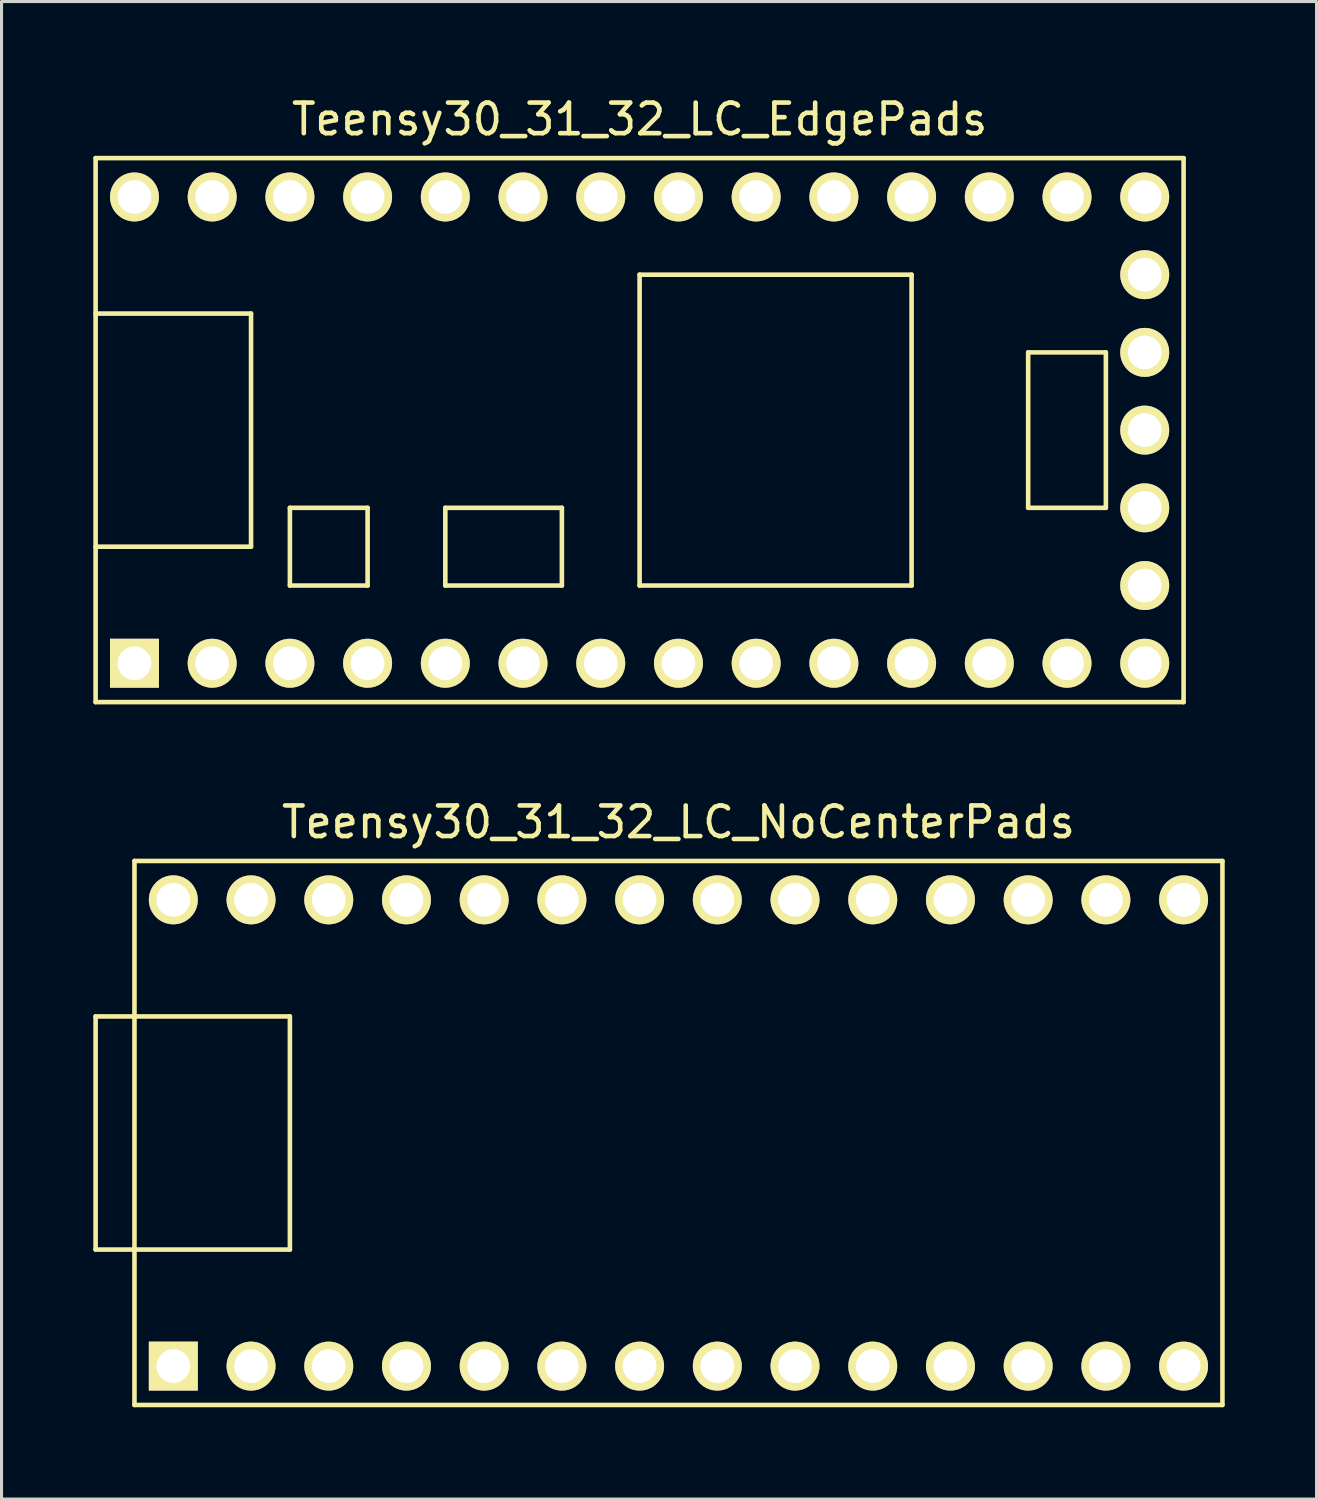
<source format=kicad_pcb>
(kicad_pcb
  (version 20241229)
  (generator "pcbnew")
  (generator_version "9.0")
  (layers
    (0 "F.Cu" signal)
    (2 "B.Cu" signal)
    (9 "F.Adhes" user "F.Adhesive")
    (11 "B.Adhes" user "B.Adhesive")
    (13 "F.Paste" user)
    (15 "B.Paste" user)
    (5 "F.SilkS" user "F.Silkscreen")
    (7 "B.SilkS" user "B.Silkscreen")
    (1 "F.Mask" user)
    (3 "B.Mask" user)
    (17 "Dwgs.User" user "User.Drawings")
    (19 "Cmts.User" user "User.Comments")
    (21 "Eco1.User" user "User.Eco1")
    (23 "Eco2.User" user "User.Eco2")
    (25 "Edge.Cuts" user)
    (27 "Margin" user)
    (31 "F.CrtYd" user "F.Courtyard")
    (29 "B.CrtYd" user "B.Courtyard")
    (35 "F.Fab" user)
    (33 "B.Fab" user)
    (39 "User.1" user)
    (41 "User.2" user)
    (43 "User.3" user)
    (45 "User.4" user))
  (footprint "Teensy30_31_32_LC_EdgePads"
    (layer "F.Cu")
    (at 17.855 11.008)
    (property "Reference" "Teensy30_31_32_LC_EdgePads" (at 0 -10.16 0) (layer "F.SilkS") (effects (font (size 1 1) (thickness 0.15))))
    (attr through_hole)
    (fp_line (start -17.78 -8.89) (end 17.78 -8.89) (stroke (width 0.15) (type solid)) (layer "F.SilkS"))
    (fp_line (start -17.78 8.89) (end -17.78 -8.89) (stroke (width 0.15) (type solid)) (layer "F.SilkS"))
    (fp_line (start -12.7 -3.81) (end -17.78 -3.81) (stroke (width 0.15) (type solid)) (layer "F.SilkS"))
    (fp_line (start -12.7 3.81) (end -17.78 3.81) (stroke (width 0.15) (type solid)) (layer "F.SilkS"))
    (fp_line (start -12.7 3.81) (end -12.7 -3.81) (stroke (width 0.15) (type solid)) (layer "F.SilkS"))
    (fp_line (start -11.43 2.54) (end -11.43 5.08) (stroke (width 0.15) (type solid)) (layer "F.SilkS"))
    (fp_line (start -11.43 5.08) (end -8.89 5.08) (stroke (width 0.15) (type solid)) (layer "F.SilkS"))
    (fp_line (start -8.89 2.54) (end -11.43 2.54) (stroke (width 0.15) (type solid)) (layer "F.SilkS"))
    (fp_line (start -8.89 5.08) (end -8.89 2.54) (stroke (width 0.15) (type solid)) (layer "F.SilkS"))
    (fp_line (start -6.35 2.54) (end -6.35 5.08) (stroke (width 0.15) (type solid)) (layer "F.SilkS"))
    (fp_line (start -6.35 5.08) (end -2.54 5.08) (stroke (width 0.15) (type solid)) (layer "F.SilkS"))
    (fp_line (start -2.54 2.54) (end -6.35 2.54) (stroke (width 0.15) (type solid)) (layer "F.SilkS"))
    (fp_line (start -2.54 5.08) (end -2.54 2.54) (stroke (width 0.15) (type solid)) (layer "F.SilkS"))
    (fp_line (start 0 -5.08) (end 0 5.08) (stroke (width 0.15) (type solid)) (layer "F.SilkS"))
    (fp_line (start 8.89 -5.08) (end 0 -5.08) (stroke (width 0.15) (type solid)) (layer "F.SilkS"))
    (fp_line (start 8.89 5.08) (end 0 5.08) (stroke (width 0.15) (type solid)) (layer "F.SilkS"))
    (fp_line (start 8.89 5.08) (end 8.89 -5.08) (stroke (width 0.15) (type solid)) (layer "F.SilkS"))
    (fp_line (start 12.7 -2.54) (end 15.24 -2.54) (stroke (width 0.15) (type solid)) (layer "F.SilkS"))
    (fp_line (start 12.7 2.54) (end 12.7 -2.54) (stroke (width 0.15) (type solid)) (layer "F.SilkS"))
    (fp_line (start 15.24 -2.54) (end 15.24 2.54) (stroke (width 0.15) (type solid)) (layer "F.SilkS"))
    (fp_line (start 15.24 2.54) (end 12.7 2.54) (stroke (width 0.15) (type solid)) (layer "F.SilkS"))
    (fp_line (start 17.78 -8.89) (end 17.78 8.89) (stroke (width 0.15) (type solid)) (layer "F.SilkS"))
    (fp_line (start 17.78 8.89) (end -17.78 8.89) (stroke (width 0.15) (type solid)) (layer "F.SilkS"))
    (pad "1" thru_hole rect (at -16.51 7.62) (size 1.6 1.6) (drill 1.1) (layers "*.Cu" "*.Mask" "F.SilkS"))
    (pad "2" thru_hole circle (at -13.97 7.62) (size 1.6 1.6) (drill 1.1) (layers "*.Cu" "*.Mask" "F.SilkS"))
    (pad "3" thru_hole circle (at -11.43 7.62) (size 1.6 1.6) (drill 1.1) (layers "*.Cu" "*.Mask" "F.SilkS"))
    (pad "4" thru_hole circle (at -8.89 7.62) (size 1.6 1.6) (drill 1.1) (layers "*.Cu" "*.Mask" "F.SilkS"))
    (pad "5" thru_hole circle (at -6.35 7.62) (size 1.6 1.6) (drill 1.1) (layers "*.Cu" "*.Mask" "F.SilkS"))
    (pad "6" thru_hole circle (at -3.81 7.62) (size 1.6 1.6) (drill 1.1) (layers "*.Cu" "*.Mask" "F.SilkS"))
    (pad "7" thru_hole circle (at -1.27 7.62) (size 1.6 1.6) (drill 1.1) (layers "*.Cu" "*.Mask" "F.SilkS"))
    (pad "8" thru_hole circle (at 1.27 7.62) (size 1.6 1.6) (drill 1.1) (layers "*.Cu" "*.Mask" "F.SilkS"))
    (pad "9" thru_hole circle (at 3.81 7.62) (size 1.6 1.6) (drill 1.1) (layers "*.Cu" "*.Mask" "F.SilkS"))
    (pad "10" thru_hole circle (at 6.35 7.62) (size 1.6 1.6) (drill 1.1) (layers "*.Cu" "*.Mask" "F.SilkS"))
    (pad "11" thru_hole circle (at 8.89 7.62) (size 1.6 1.6) (drill 1.1) (layers "*.Cu" "*.Mask" "F.SilkS"))
    (pad "12" thru_hole circle (at 11.43 7.62) (size 1.6 1.6) (drill 1.1) (layers "*.Cu" "*.Mask" "F.SilkS"))
    (pad "13" thru_hole circle (at 13.97 7.62) (size 1.6 1.6) (drill 1.1) (layers "*.Cu" "*.Mask" "F.SilkS"))
    (pad "14" thru_hole circle (at 16.51 7.62) (size 1.6 1.6) (drill 1.1) (layers "*.Cu" "*.Mask" "F.SilkS"))
    (pad "15" thru_hole circle (at 16.51 5.08) (size 1.6 1.6) (drill 1.1) (layers "*.Cu" "*.Mask" "F.SilkS"))
    (pad "16" thru_hole circle (at 16.51 2.54) (size 1.6 1.6) (drill 1.1) (layers "*.Cu" "*.Mask" "F.SilkS"))
    (pad "17" thru_hole circle (at 16.51 0) (size 1.6 1.6) (drill 1.1) (layers "*.Cu" "*.Mask" "F.SilkS"))
    (pad "18" thru_hole circle (at 16.51 -2.54) (size 1.6 1.6) (drill 1.1) (layers "*.Cu" "*.Mask" "F.SilkS"))
    (pad "19" thru_hole circle (at 16.51 -5.08) (size 1.6 1.6) (drill 1.1) (layers "*.Cu" "*.Mask" "F.SilkS"))
    (pad "20" thru_hole circle (at 16.51 -7.62) (size 1.6 1.6) (drill 1.1) (layers "*.Cu" "*.Mask" "F.SilkS"))
    (pad "21" thru_hole circle (at 13.97 -7.62) (size 1.6 1.6) (drill 1.1) (layers "*.Cu" "*.Mask" "F.SilkS"))
    (pad "22" thru_hole circle (at 11.43 -7.62) (size 1.6 1.6) (drill 1.1) (layers "*.Cu" "*.Mask" "F.SilkS"))
    (pad "23" thru_hole circle (at 8.89 -7.62) (size 1.6 1.6) (drill 1.1) (layers "*.Cu" "*.Mask" "F.SilkS"))
    (pad "24" thru_hole circle (at 6.35 -7.62) (size 1.6 1.6) (drill 1.1) (layers "*.Cu" "*.Mask" "F.SilkS"))
    (pad "25" thru_hole circle (at 3.81 -7.62) (size 1.6 1.6) (drill 1.1) (layers "*.Cu" "*.Mask" "F.SilkS"))
    (pad "26" thru_hole circle (at 1.27 -7.62) (size 1.6 1.6) (drill 1.1) (layers "*.Cu" "*.Mask" "F.SilkS"))
    (pad "27" thru_hole circle (at -1.27 -7.62) (size 1.6 1.6) (drill 1.1) (layers "*.Cu" "*.Mask" "F.SilkS"))
    (pad "28" thru_hole circle (at -3.81 -7.62) (size 1.6 1.6) (drill 1.1) (layers "*.Cu" "*.Mask" "F.SilkS"))
    (pad "29" thru_hole circle (at -6.35 -7.62) (size 1.6 1.6) (drill 1.1) (layers "*.Cu" "*.Mask" "F.SilkS"))
    (pad "30" thru_hole circle (at -8.89 -7.62) (size 1.6 1.6) (drill 1.1) (layers "*.Cu" "*.Mask" "F.SilkS"))
    (pad "31" thru_hole circle (at -11.43 -7.62) (size 1.6 1.6) (drill 1.1) (layers "*.Cu" "*.Mask" "F.SilkS"))
    (pad "32" thru_hole circle (at -13.97 -7.62) (size 1.6 1.6) (drill 1.1) (layers "*.Cu" "*.Mask" "F.SilkS"))
    (pad "33" thru_hole circle (at -16.51 -7.62) (size 1.6 1.6) (drill 1.1) (layers "*.Cu" "*.Mask" "F.SilkS")))
  (footprint "Teensy30_31_32_LC_NoCenterPads"
    (layer "F.Cu")
    (at 19.125 33.981)
    (property "Reference" "Teensy30_31_32_LC_NoCenterPads" (at 0 -10.16 0) (layer "F.SilkS") (effects (font (size 1 1) (thickness 0.15))))
    (attr through_hole)
    (fp_line (start -19.05 -3.81) (end -17.78 -3.81) (stroke (width 0.15) (type solid)) (layer "F.SilkS"))
    (fp_line (start -19.05 3.81) (end -19.05 -3.81) (stroke (width 0.15) (type solid)) (layer "F.SilkS"))
    (fp_line (start -17.78 -8.89) (end 17.78 -8.89) (stroke (width 0.15) (type solid)) (layer "F.SilkS"))
    (fp_line (start -17.78 3.81) (end -19.05 3.81) (stroke (width 0.15) (type solid)) (layer "F.SilkS"))
    (fp_line (start -17.78 8.89) (end -17.78 -8.89) (stroke (width 0.15) (type solid)) (layer "F.SilkS"))
    (fp_line (start -12.7 -3.81) (end -17.78 -3.81) (stroke (width 0.15) (type solid)) (layer "F.SilkS"))
    (fp_line (start -12.7 3.81) (end -17.78 3.81) (stroke (width 0.15) (type solid)) (layer "F.SilkS"))
    (fp_line (start -12.7 3.81) (end -12.7 -3.81) (stroke (width 0.15) (type solid)) (layer "F.SilkS"))
    (fp_line (start 17.78 -8.89) (end 17.78 8.89) (stroke (width 0.15) (type solid)) (layer "F.SilkS"))
    (fp_line (start 17.78 8.89) (end -17.78 8.89) (stroke (width 0.15) (type solid)) (layer "F.SilkS"))
    (pad "1" thru_hole rect (at -16.51 7.62) (size 1.6 1.6) (drill 1.1) (layers "*.Cu" "*.Mask" "F.SilkS"))
    (pad "2" thru_hole circle (at -13.97 7.62) (size 1.6 1.6) (drill 1.1) (layers "*.Cu" "*.Mask" "F.SilkS"))
    (pad "3" thru_hole circle (at -11.43 7.62) (size 1.6 1.6) (drill 1.1) (layers "*.Cu" "*.Mask" "F.SilkS"))
    (pad "4" thru_hole circle (at -8.89 7.62) (size 1.6 1.6) (drill 1.1) (layers "*.Cu" "*.Mask" "F.SilkS"))
    (pad "5" thru_hole circle (at -6.35 7.62) (size 1.6 1.6) (drill 1.1) (layers "*.Cu" "*.Mask" "F.SilkS"))
    (pad "6" thru_hole circle (at -3.81 7.62) (size 1.6 1.6) (drill 1.1) (layers "*.Cu" "*.Mask" "F.SilkS"))
    (pad "7" thru_hole circle (at -1.27 7.62) (size 1.6 1.6) (drill 1.1) (layers "*.Cu" "*.Mask" "F.SilkS"))
    (pad "8" thru_hole circle (at 1.27 7.62) (size 1.6 1.6) (drill 1.1) (layers "*.Cu" "*.Mask" "F.SilkS"))
    (pad "9" thru_hole circle (at 3.81 7.62) (size 1.6 1.6) (drill 1.1) (layers "*.Cu" "*.Mask" "F.SilkS"))
    (pad "10" thru_hole circle (at 6.35 7.62) (size 1.6 1.6) (drill 1.1) (layers "*.Cu" "*.Mask" "F.SilkS"))
    (pad "11" thru_hole circle (at 8.89 7.62) (size 1.6 1.6) (drill 1.1) (layers "*.Cu" "*.Mask" "F.SilkS"))
    (pad "12" thru_hole circle (at 11.43 7.62) (size 1.6 1.6) (drill 1.1) (layers "*.Cu" "*.Mask" "F.SilkS"))
    (pad "13" thru_hole circle (at 13.97 7.62) (size 1.6 1.6) (drill 1.1) (layers "*.Cu" "*.Mask" "F.SilkS"))
    (pad "14" thru_hole circle (at 16.51 7.62) (size 1.6 1.6) (drill 1.1) (layers "*.Cu" "*.Mask" "F.SilkS"))
    (pad "20" thru_hole circle (at 16.51 -7.62) (size 1.6 1.6) (drill 1.1) (layers "*.Cu" "*.Mask" "F.SilkS"))
    (pad "21" thru_hole circle (at 13.97 -7.62) (size 1.6 1.6) (drill 1.1) (layers "*.Cu" "*.Mask" "F.SilkS"))
    (pad "22" thru_hole circle (at 11.43 -7.62) (size 1.6 1.6) (drill 1.1) (layers "*.Cu" "*.Mask" "F.SilkS"))
    (pad "23" thru_hole circle (at 8.89 -7.62) (size 1.6 1.6) (drill 1.1) (layers "*.Cu" "*.Mask" "F.SilkS"))
    (pad "24" thru_hole circle (at 6.35 -7.62) (size 1.6 1.6) (drill 1.1) (layers "*.Cu" "*.Mask" "F.SilkS"))
    (pad "25" thru_hole circle (at 3.81 -7.62) (size 1.6 1.6) (drill 1.1) (layers "*.Cu" "*.Mask" "F.SilkS"))
    (pad "26" thru_hole circle (at 1.27 -7.62) (size 1.6 1.6) (drill 1.1) (layers "*.Cu" "*.Mask" "F.SilkS"))
    (pad "27" thru_hole circle (at -1.27 -7.62) (size 1.6 1.6) (drill 1.1) (layers "*.Cu" "*.Mask" "F.SilkS"))
    (pad "28" thru_hole circle (at -3.81 -7.62) (size 1.6 1.6) (drill 1.1) (layers "*.Cu" "*.Mask" "F.SilkS"))
    (pad "29" thru_hole circle (at -6.35 -7.62) (size 1.6 1.6) (drill 1.1) (layers "*.Cu" "*.Mask" "F.SilkS"))
    (pad "30" thru_hole circle (at -8.89 -7.62) (size 1.6 1.6) (drill 1.1) (layers "*.Cu" "*.Mask" "F.SilkS"))
    (pad "31" thru_hole circle (at -11.43 -7.62) (size 1.6 1.6) (drill 1.1) (layers "*.Cu" "*.Mask" "F.SilkS"))
    (pad "32" thru_hole circle (at -13.97 -7.62) (size 1.6 1.6) (drill 1.1) (layers "*.Cu" "*.Mask" "F.SilkS"))
    (pad "33" thru_hole circle (at -16.51 -7.62) (size 1.6 1.6) (drill 1.1) (layers "*.Cu" "*.Mask" "F.SilkS")))
  (gr_rect
    (start -3 -3)
    (end 39.98 45.947)
    (stroke (width 0.1) (type default))
    (fill no)
    (layer "Edge.Cuts")))
</source>
